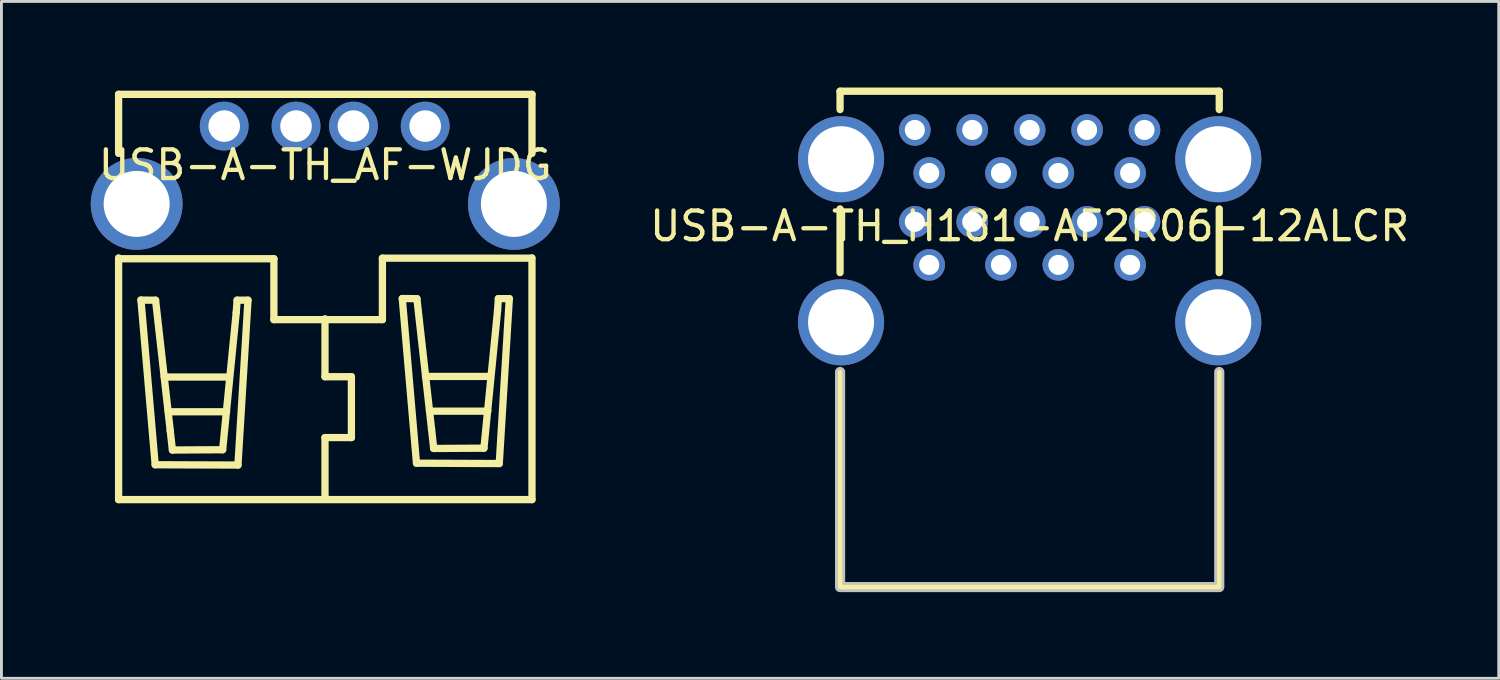
<source format=kicad_pcb>
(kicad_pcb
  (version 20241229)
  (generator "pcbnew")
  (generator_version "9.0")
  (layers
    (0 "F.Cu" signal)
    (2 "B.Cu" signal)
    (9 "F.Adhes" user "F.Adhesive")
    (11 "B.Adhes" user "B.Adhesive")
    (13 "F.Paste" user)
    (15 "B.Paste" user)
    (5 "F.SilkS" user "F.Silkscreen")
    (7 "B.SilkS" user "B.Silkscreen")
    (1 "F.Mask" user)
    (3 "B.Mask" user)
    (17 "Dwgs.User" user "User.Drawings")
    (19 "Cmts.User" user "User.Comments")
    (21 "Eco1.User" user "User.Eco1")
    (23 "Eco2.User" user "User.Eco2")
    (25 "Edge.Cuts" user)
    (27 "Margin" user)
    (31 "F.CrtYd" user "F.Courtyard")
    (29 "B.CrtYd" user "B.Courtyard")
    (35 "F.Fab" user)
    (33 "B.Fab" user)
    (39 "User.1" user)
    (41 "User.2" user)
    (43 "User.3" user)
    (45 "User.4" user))
  (footprint "USB-A-TH_AF-WJDG"
    (layer "F.Cu")
    (at 8.28 2.697)
    (property "Reference" "USB-A-TH_AF-WJDG" (at 0 0 0) (layer "F.SilkS") (effects (font (size 1 1) (thickness 0.15))))
    (fp_line (start -7.199 -2.461) (end -7.199 -0.404) (stroke (width 0.254) (type default)) (layer "F.SilkS"))
    (fp_line (start -7.199 -2.461) (end 7.2 -2.461) (stroke (width 0.254) (type default)) (layer "F.SilkS"))
    (fp_line (start -7.199 3.236) (end -7.199 11.655) (stroke (width 0.254) (type default)) (layer "F.SilkS"))
    (fp_line (start -7.199 11.655) (end 7.2 11.655) (stroke (width 0.254) (type default)) (layer "F.SilkS"))
    (fp_line (start -6.42 4.705) (end -5.911 4.71) (stroke (width 0.254) (type default)) (layer "F.SilkS"))
    (fp_line (start -5.925 10.441) (end -6.42 4.705) (stroke (width 0.254) (type default)) (layer "F.SilkS"))
    (fp_line (start -5.911 4.71) (end -5.401 9.249) (stroke (width 0.254) (type default)) (layer "F.SilkS"))
    (fp_line (start -5.609 7.386) (end -3.349 7.386) (stroke (width 0.254) (type default)) (layer "F.SilkS"))
    (fp_line (start -5.47 8.595) (end -3.439 8.595) (stroke (width 0.254) (type default)) (layer "F.SilkS"))
    (fp_line (start -5.401 9.249) (end -5.325 9.928) (stroke (width 0.254) (type default)) (layer "F.SilkS"))
    (fp_line (start -5.325 9.928) (end -3.575 9.918) (stroke (width 0.254) (type default)) (layer "F.SilkS"))
    (fp_line (start -3.575 9.918) (end -3.102 5.139) (stroke (width 0.254) (type default)) (layer "F.SilkS"))
    (fp_line (start -3.102 5.139) (end -3.071 4.709) (stroke (width 0.254) (type default)) (layer "F.SilkS"))
    (fp_line (start -3.071 4.709) (end -2.692 4.709) (stroke (width 0.254) (type default)) (layer "F.SilkS"))
    (fp_line (start -3.042 10.452) (end -5.925 10.441) (stroke (width 0.254) (type default)) (layer "F.SilkS"))
    (fp_line (start -2.692 4.709) (end -3.042 10.452) (stroke (width 0.254) (type default)) (layer "F.SilkS"))
    (fp_line (start -1.79 3.265) (end -7.19 3.265) (stroke (width 0.254) (type default)) (layer "F.SilkS"))
    (fp_line (start -1.79 5.386) (end -1.79 3.265) (stroke (width 0.254) (type default)) (layer "F.SilkS"))
    (fp_line (start -0.01 5.356) (end -0.01 7.375) (stroke (width 0.254) (type default)) (layer "F.SilkS"))
    (fp_line (start -0.01 7.375) (end 0.91 7.375) (stroke (width 0.254) (type default)) (layer "F.SilkS"))
    (fp_line (start -0.01 9.495) (end -0.01 11.525) (stroke (width 0.254) (type default)) (layer "F.SilkS"))
    (fp_line (start 0.91 7.375) (end 0.91 9.495) (stroke (width 0.254) (type default)) (layer "F.SilkS"))
    (fp_line (start 0.91 9.495) (end -0.01 9.495) (stroke (width 0.254) (type default)) (layer "F.SilkS"))
    (fp_line (start 1.99 3.245) (end 1.99 5.386) (stroke (width 0.254) (type default)) (layer "F.SilkS"))
    (fp_line (start 1.99 5.386) (end -1.79 5.386) (stroke (width 0.254) (type default)) (layer "F.SilkS"))
    (fp_line (start 2.682 4.652) (end 3.191 4.656) (stroke (width 0.254) (type default)) (layer "F.SilkS"))
    (fp_line (start 3.177 10.387) (end 2.682 4.652) (stroke (width 0.254) (type default)) (layer "F.SilkS"))
    (fp_line (start 3.191 4.656) (end 3.701 9.196) (stroke (width 0.254) (type default)) (layer "F.SilkS"))
    (fp_line (start 3.49 7.365) (end 5.75 7.365) (stroke (width 0.254) (type default)) (layer "F.SilkS"))
    (fp_line (start 3.63 8.575) (end 5.66 8.575) (stroke (width 0.254) (type default)) (layer "F.SilkS"))
    (fp_line (start 3.701 9.196) (end 3.776 9.874) (stroke (width 0.254) (type default)) (layer "F.SilkS"))
    (fp_line (start 3.776 9.874) (end 5.526 9.864) (stroke (width 0.254) (type default)) (layer "F.SilkS"))
    (fp_line (start 5.526 9.864) (end 6 5.085) (stroke (width 0.254) (type default)) (layer "F.SilkS"))
    (fp_line (start 6 5.085) (end 6.029 4.655) (stroke (width 0.254) (type default)) (layer "F.SilkS"))
    (fp_line (start 6.029 4.655) (end 6.41 4.655) (stroke (width 0.254) (type default)) (layer "F.SilkS"))
    (fp_line (start 6.06 10.399) (end 3.177 10.387) (stroke (width 0.254) (type default)) (layer "F.SilkS"))
    (fp_line (start 6.41 4.655) (end 6.06 10.399) (stroke (width 0.254) (type default)) (layer "F.SilkS"))
    (fp_line (start 7.189 3.245) (end 1.99 3.245) (stroke (width 0.254) (type default)) (layer "F.SilkS"))
    (fp_line (start 7.2 -2.461) (end 7.2 -0.404) (stroke (width 0.254) (type default)) (layer "F.SilkS"))
    (fp_line (start 7.2 3.236) (end 7.2 11.655) (stroke (width 0.254) (type default)) (layer "F.SilkS"))
    (fp_poly (pts (xy -3.071 -1.355) (xy -3.089 -1.482) (xy -3.142 -1.598) (xy -3.226 -1.695) (xy -3.334 -1.764) (xy -3.456 -1.8) (xy -3.585 -1.8) (xy -3.707 -1.764) (xy -3.815 -1.695) (xy -3.899 -1.598) (xy -3.952 -1.482) (xy -3.97 -1.355) (xy -3.952 -1.228) (xy -3.899 -1.112) (xy -3.815 -1.015) (xy -3.707 -0.946) (xy -3.585 -0.91) (xy -3.456 -0.91) (xy -3.334 -0.946) (xy -3.226 -1.015) (xy -3.142 -1.112) (xy -3.089 -1.228)) (stroke (width 0.1) (type default)) (fill no) (layer "User.1"))
    (fp_poly (pts (xy -0.569 -1.355) (xy -0.587 -1.482) (xy -0.64 -1.598) (xy -0.724 -1.695) (xy -0.832 -1.764) (xy -0.954 -1.8) (xy -1.083 -1.8) (xy -1.205 -1.764) (xy -1.313 -1.695) (xy -1.397 -1.598) (xy -1.45 -1.482) (xy -1.468 -1.355) (xy -1.45 -1.228) (xy -1.397 -1.112) (xy -1.313 -1.015) (xy -1.205 -0.946) (xy -1.083 -0.91) (xy -0.954 -0.91) (xy -0.832 -0.946) (xy -0.724 -1.015) (xy -0.64 -1.112) (xy -0.587 -1.228)) (stroke (width 0.1) (type default)) (fill no) (layer "User.1"))
    (fp_poly (pts (xy 1.431 -1.355) (xy 1.412 -1.482) (xy 1.359 -1.598) (xy 1.275 -1.695) (xy 1.167 -1.764) (xy 1.045 -1.8) (xy 0.916 -1.8) (xy 0.794 -1.764) (xy 0.686 -1.695) (xy 0.602 -1.598) (xy 0.549 -1.482) (xy 0.53 -1.355) (xy 0.549 -1.228) (xy 0.602 -1.112) (xy 0.686 -1.015) (xy 0.794 -0.946) (xy 0.916 -0.91) (xy 1.045 -0.91) (xy 1.167 -0.946) (xy 1.275 -1.015) (xy 1.359 -1.112) (xy 1.412 -1.228)) (stroke (width 0.1) (type default)) (fill no) (layer "User.1"))
    (fp_poly (pts (xy 3.93 -1.355) (xy 3.912 -1.482) (xy 3.859 -1.598) (xy 3.775 -1.695) (xy 3.667 -1.764) (xy 3.544 -1.8) (xy 3.416 -1.8) (xy 3.293 -1.764) (xy 3.185 -1.695) (xy 3.101 -1.598) (xy 3.048 -1.482) (xy 3.03 -1.355) (xy 3.048 -1.228) (xy 3.101 -1.112) (xy 3.185 -1.015) (xy 3.293 -0.946) (xy 3.416 -0.91) (xy 3.544 -0.91) (xy 3.667 -0.946) (xy 3.775 -1.015) (xy 3.859 -1.112) (xy 3.912 -1.228)) (stroke (width 0.1) (type default)) (fill no) (layer "User.1"))
    (fp_poly (pts (xy -5.52 1.355) (xy -5.54 1.15) (xy -5.6 0.953) (xy -5.697 0.772) (xy -5.828 0.613) (xy -5.987 0.482) (xy -6.168 0.385) (xy -6.365 0.325) (xy -6.57 0.305) (xy -6.775 0.325) (xy -6.972 0.385) (xy -7.153 0.482) (xy -7.312 0.613) (xy -7.443 0.772) (xy -7.54 0.953) (xy -7.6 1.15) (xy -7.62 1.355) (xy -7.6 1.56) (xy -7.54 1.757) (xy -7.443 1.938) (xy -7.312 2.097) (xy -7.153 2.228) (xy -6.972 2.325) (xy -6.775 2.385) (xy -6.57 2.405) (xy -6.365 2.385) (xy -6.168 2.325) (xy -5.987 2.228) (xy -5.828 2.097) (xy -5.697 1.938) (xy -5.6 1.757) (xy -5.54 1.56)) (stroke (width 0.1) (type default)) (fill no) (layer "User.1"))
    (fp_poly (pts (xy 7.62 1.355) (xy 7.6 1.15) (xy 7.54 0.953) (xy 7.443 0.772) (xy 7.312 0.613) (xy 7.153 0.482) (xy 6.972 0.385) (xy 6.775 0.325) (xy 6.57 0.305) (xy 6.365 0.325) (xy 6.168 0.385) (xy 5.987 0.482) (xy 5.828 0.613) (xy 5.697 0.772) (xy 5.6 0.953) (xy 5.54 1.15) (xy 5.52 1.355) (xy 5.54 1.56) (xy 5.6 1.757) (xy 5.697 1.938) (xy 5.828 2.097) (xy 5.987 2.228) (xy 6.168 2.325) (xy 6.365 2.385) (xy 6.57 2.405) (xy 6.775 2.385) (xy 6.972 2.325) (xy 7.153 2.228) (xy 7.312 2.097) (xy 7.443 1.938) (xy 7.54 1.757) (xy 7.6 1.56)) (stroke (width 0.1) (type default)) (fill no) (layer "User.1"))
    (fp_line (start -8.17 -2.587) (end 8.17 -2.587) (stroke (width 0.051) (type default)) (layer "User.2"))
    (fp_line (start -8.17 11.782) (end -8.17 -2.587) (stroke (width 0.051) (type default)) (layer "User.2"))
    (fp_line (start 8.17 -2.587) (end 8.17 11.782) (stroke (width 0.051) (type default)) (layer "User.2"))
    (fp_line (start 8.17 11.782) (end -8.17 11.782) (stroke (width 0.051) (type default)) (layer "User.2"))
    (fp_poly (pts (xy -8.11 -2.587) (xy -8.128 -2.63) (xy -8.17 -2.647) (xy -8.212 -2.63) (xy -8.23 -2.587) (xy -8.212 -2.545) (xy -8.17 -2.527) (xy -8.128 -2.545)) (stroke (width 0.1) (type default)) (fill no) (layer "User.3"))
    (pad "1" thru_hole circle (at -3.521 -1.355 270) (size 1.7 1.7) (drill 1.1) (layers "*.Cu" "*.Mask"))
    (pad "2" thru_hole circle (at -1.018 -1.355 270) (size 1.7 1.7) (drill 1.1) (layers "*.Cu" "*.Mask"))
    (pad "3" thru_hole circle (at 0.981 -1.355 270) (size 1.7 1.7) (drill 1.1) (layers "*.Cu" "*.Mask"))
    (pad "4" thru_hole circle (at 3.48 -1.355 270) (size 1.7 1.7) (drill 1.1) (layers "*.Cu" "*.Mask"))
    (pad "5" thru_hole circle (at -6.57 1.355 90) (size 3.2 3.2) (drill 2.3) (layers "*.Cu" "*.Mask"))
    (pad "5" thru_hole circle (at 6.57 1.355 90) (size 3.2 3.2) (drill 2.3) (layers "*.Cu" "*.Mask")))
  (footprint "USB-A-TH_H181-AF2R06-12ALCR"
    (layer "F.Cu")
    (at 32.815 4.826)
    (property "Reference" "USB-A-TH_H181-AF2R06-12ALCR" (at 0 0 0) (layer "F.SilkS") (effects (font (size 1 1) (thickness 0.15))))
    (fp_line (start -6.604 -4.699) (end 6.604 -4.699) (stroke (width 0.254) (type default)) (layer "F.SilkS"))
    (fp_line (start -6.604 -4.061) (end -6.604 -4.699) (stroke (width 0.254) (type default)) (layer "F.SilkS"))
    (fp_line (start -6.604 1.619) (end -6.604 -0.599) (stroke (width 0.254) (type default)) (layer "F.SilkS"))
    (fp_line (start -6.604 12.573) (end -6.604 5.081) (stroke (width 0.254) (type default)) (layer "F.SilkS"))
    (fp_line (start 6.604 -4.699) (end 6.604 -4.061) (stroke (width 0.254) (type default)) (layer "F.SilkS"))
    (fp_line (start 6.604 -0.599) (end 6.604 1.619) (stroke (width 0.254) (type default)) (layer "F.SilkS"))
    (fp_line (start 6.604 5.081) (end 6.604 12.573) (stroke (width 0.254) (type default)) (layer "F.SilkS"))
    (fp_line (start 6.604 12.573) (end -6.604 12.573) (stroke (width 0.254) (type default)) (layer "F.SilkS"))
    (fp_poly (pts (arc (start 6.477 5.081) (mid 6.604 4.954) (end 6.731 5.081)) (arc (start 6.731 12.573) (mid 6.693803 12.662803) (end 6.604 12.7)) (arc (start -6.604 12.7) (mid -6.693803 12.662803) (end -6.731 12.573)) (arc (start -6.731 5.081) (mid -6.604 4.954) (end -6.477 5.081)) (xy -6.477 12.446) (xy 6.477 12.446)) (stroke (width 0.1) (type default)) (fill no) (layer "Dwgs.User"))
    (fp_poly (pts (xy -6.72 -3.08) (xy -6.42 -3.08) (xy -6.42 -1.58) (xy -6.72 -1.58)) (stroke (width 0.1) (type default)) (fill no) (layer "User.1"))
    (fp_poly (pts (xy -6.72 2.6) (xy -6.42 2.6) (xy -6.42 4.1) (xy -6.72 4.1)) (stroke (width 0.1) (type default)) (fill no) (layer "User.1"))
    (fp_poly (pts (xy -4.25 -3.5) (xy -3.75 -3.5) (xy -3.75 -3.2) (xy -4.25 -3.2)) (stroke (width 0.1) (type default)) (fill no) (layer "User.1"))
    (fp_poly (pts (xy -4.25 -0.3) (xy -3.75 -0.3) (xy -3.75 0) (xy -4.25 0)) (stroke (width 0.1) (type default)) (fill no) (layer "User.1"))
    (fp_poly (pts (xy -3.75 -2) (xy -3.25 -2) (xy -3.25 -1.7) (xy -3.75 -1.7)) (stroke (width 0.1) (type default)) (fill no) (layer "User.1"))
    (fp_poly (pts (xy -3.75 1.2) (xy -3.25 1.2) (xy -3.25 1.5) (xy -3.75 1.5)) (stroke (width 0.1) (type default)) (fill no) (layer "User.1"))
    (fp_poly (pts (xy -2.25 -3.5) (xy -1.75 -3.5) (xy -1.75 -3.2) (xy -2.25 -3.2)) (stroke (width 0.1) (type default)) (fill no) (layer "User.1"))
    (fp_poly (pts (xy -2.25 -0.3) (xy -1.75 -0.3) (xy -1.75 0) (xy -2.25 0)) (stroke (width 0.1) (type default)) (fill no) (layer "User.1"))
    (fp_poly (pts (xy -1.25 -2) (xy -0.75 -2) (xy -0.75 -1.7) (xy -1.25 -1.7)) (stroke (width 0.1) (type default)) (fill no) (layer "User.1"))
    (fp_poly (pts (xy -1.25 1.2) (xy -0.75 1.2) (xy -0.75 1.5) (xy -1.25 1.5)) (stroke (width 0.1) (type default)) (fill no) (layer "User.1"))
    (fp_poly (pts (xy -0.25 -3.5) (xy 0.25 -3.5) (xy 0.25 -3.2) (xy -0.25 -3.2)) (stroke (width 0.1) (type default)) (fill no) (layer "User.1"))
    (fp_poly (pts (xy -0.25 -0.3) (xy 0.25 -0.3) (xy 0.25 0) (xy -0.25 0)) (stroke (width 0.1) (type default)) (fill no) (layer "User.1"))
    (fp_poly (pts (xy 0.75 -2) (xy 1.25 -2) (xy 1.25 -1.7) (xy 0.75 -1.7)) (stroke (width 0.1) (type default)) (fill no) (layer "User.1"))
    (fp_poly (pts (xy 0.75 1.2) (xy 1.25 1.2) (xy 1.25 1.5) (xy 0.75 1.5)) (stroke (width 0.1) (type default)) (fill no) (layer "User.1"))
    (fp_poly (pts (xy 1.75 -3.5) (xy 2.25 -3.5) (xy 2.25 -3.2) (xy 1.75 -3.2)) (stroke (width 0.1) (type default)) (fill no) (layer "User.1"))
    (fp_poly (pts (xy 1.75 -0.3) (xy 2.25 -0.3) (xy 2.25 0) (xy 1.75 0)) (stroke (width 0.1) (type default)) (fill no) (layer "User.1"))
    (fp_poly (pts (xy 3.25 -2) (xy 3.75 -2) (xy 3.75 -1.7) (xy 3.25 -1.7)) (stroke (width 0.1) (type default)) (fill no) (layer "User.1"))
    (fp_poly (pts (xy 3.25 1.2) (xy 3.75 1.2) (xy 3.75 1.5) (xy 3.25 1.5)) (stroke (width 0.1) (type default)) (fill no) (layer "User.1"))
    (fp_poly (pts (xy 3.75 -3.5) (xy 4.25 -3.5) (xy 4.25 -3.2) (xy 3.75 -3.2)) (stroke (width 0.1) (type default)) (fill no) (layer "User.1"))
    (fp_poly (pts (xy 3.75 -0.3) (xy 4.25 -0.3) (xy 4.25 0) (xy 3.75 0)) (stroke (width 0.1) (type default)) (fill no) (layer "User.1"))
    (fp_poly (pts (xy 6.42 -3.08) (xy 6.72 -3.08) (xy 6.72 -1.58) (xy 6.42 -1.58)) (stroke (width 0.1) (type default)) (fill no) (layer "User.1"))
    (fp_poly (pts (xy 6.42 2.6) (xy 6.72 2.6) (xy 6.72 4.1) (xy 6.42 4.1)) (stroke (width 0.1) (type default)) (fill no) (layer "User.1"))
    (fp_line (start -6.55 -4.67) (end 6.55 -4.67) (stroke (width 0.051) (type default)) (layer "User.2"))
    (fp_line (start -6.55 12.56) (end -6.55 -4.67) (stroke (width 0.051) (type default)) (layer "User.2"))
    (fp_line (start 6.55 -4.67) (end 6.55 12.56) (stroke (width 0.051) (type default)) (layer "User.2"))
    (fp_line (start 6.55 12.56) (end -6.55 12.56) (stroke (width 0.051) (type default)) (layer "User.2"))
    (fp_poly (pts (xy -6.66 12.56) (xy -6.678 12.518) (xy -6.72 12.5) (xy -6.762 12.518) (xy -6.78 12.56) (xy -6.762 12.602) (xy -6.72 12.62) (xy -6.678 12.602)) (stroke (width 0.1) (type default)) (fill no) (layer "User.3"))
    (pad "1" thru_hole circle (at -3.5 1.35) (size 1.1 1.1) (drill 0.7) (layers "*.Cu" "*.Mask"))
    (pad "2" thru_hole circle (at -1 1.35) (size 1.1 1.1) (drill 0.7) (layers "*.Cu" "*.Mask"))
    (pad "3" thru_hole circle (at 1 1.35) (size 1.1 1.1) (drill 0.7) (layers "*.Cu" "*.Mask"))
    (pad "4" thru_hole circle (at 3.5 1.35) (size 1.1 1.1) (drill 0.7) (layers "*.Cu" "*.Mask"))
    (pad "5" thru_hole circle (at 4 -0.15) (size 1.1 1.1) (drill 0.7) (layers "*.Cu" "*.Mask"))
    (pad "6" thru_hole circle (at 2 -0.15) (size 1.1 1.1) (drill 0.7) (layers "*.Cu" "*.Mask"))
    (pad "7" thru_hole circle (at 0 -0.15) (size 1.1 1.1) (drill 0.7) (layers "*.Cu" "*.Mask"))
    (pad "8" thru_hole circle (at -2 -0.15) (size 1.1 1.1) (drill 0.7) (layers "*.Cu" "*.Mask"))
    (pad "9" thru_hole circle (at -4 -0.15) (size 1.1 1.1) (drill 0.7) (layers "*.Cu" "*.Mask"))
    (pad "10" thru_hole circle (at -3.5 -1.85) (size 1.1 1.1) (drill 0.7) (layers "*.Cu" "*.Mask"))
    (pad "11" thru_hole circle (at -1 -1.85) (size 1.1 1.1) (drill 0.7) (layers "*.Cu" "*.Mask"))
    (pad "12" thru_hole circle (at 1 -1.85) (size 1.1 1.1) (drill 0.7) (layers "*.Cu" "*.Mask"))
    (pad "13" thru_hole circle (at 3.5 -1.85) (size 1.1 1.1) (drill 0.7) (layers "*.Cu" "*.Mask"))
    (pad "14" thru_hole circle (at 4 -3.35) (size 1.1 1.1) (drill 0.7) (layers "*.Cu" "*.Mask"))
    (pad "15" thru_hole circle (at 2 -3.35) (size 1.1 1.1) (drill 0.7) (layers "*.Cu" "*.Mask"))
    (pad "16" thru_hole circle (at 0 -3.35) (size 1.1 1.1) (drill 0.7) (layers "*.Cu" "*.Mask"))
    (pad "17" thru_hole circle (at -2 -3.35) (size 1.1 1.1) (drill 0.7) (layers "*.Cu" "*.Mask"))
    (pad "18" thru_hole circle (at -4 -3.35) (size 1.1 1.1) (drill 0.7) (layers "*.Cu" "*.Mask"))
    (pad "19" thru_hole circle (at -6.57 -2.33) (size 3 3) (drill 2.3) (layers "*.Cu" "*.Mask"))
    (pad "19" thru_hole circle (at -6.57 3.35) (size 3 3) (drill 2.3) (layers "*.Cu" "*.Mask"))
    (pad "20" thru_hole circle (at 6.57 -2.33) (size 3 3) (drill 2.3) (layers "*.Cu" "*.Mask"))
    (pad "20" thru_hole circle (at 6.57 3.35) (size 3 3) (drill 2.3) (layers "*.Cu" "*.Mask")))
  (gr_rect
    (start -3 -3)
    (end 49.154 20.576)
    (stroke (width 0.1) (type default))
    (fill no)
    (layer "Edge.Cuts")))
</source>
